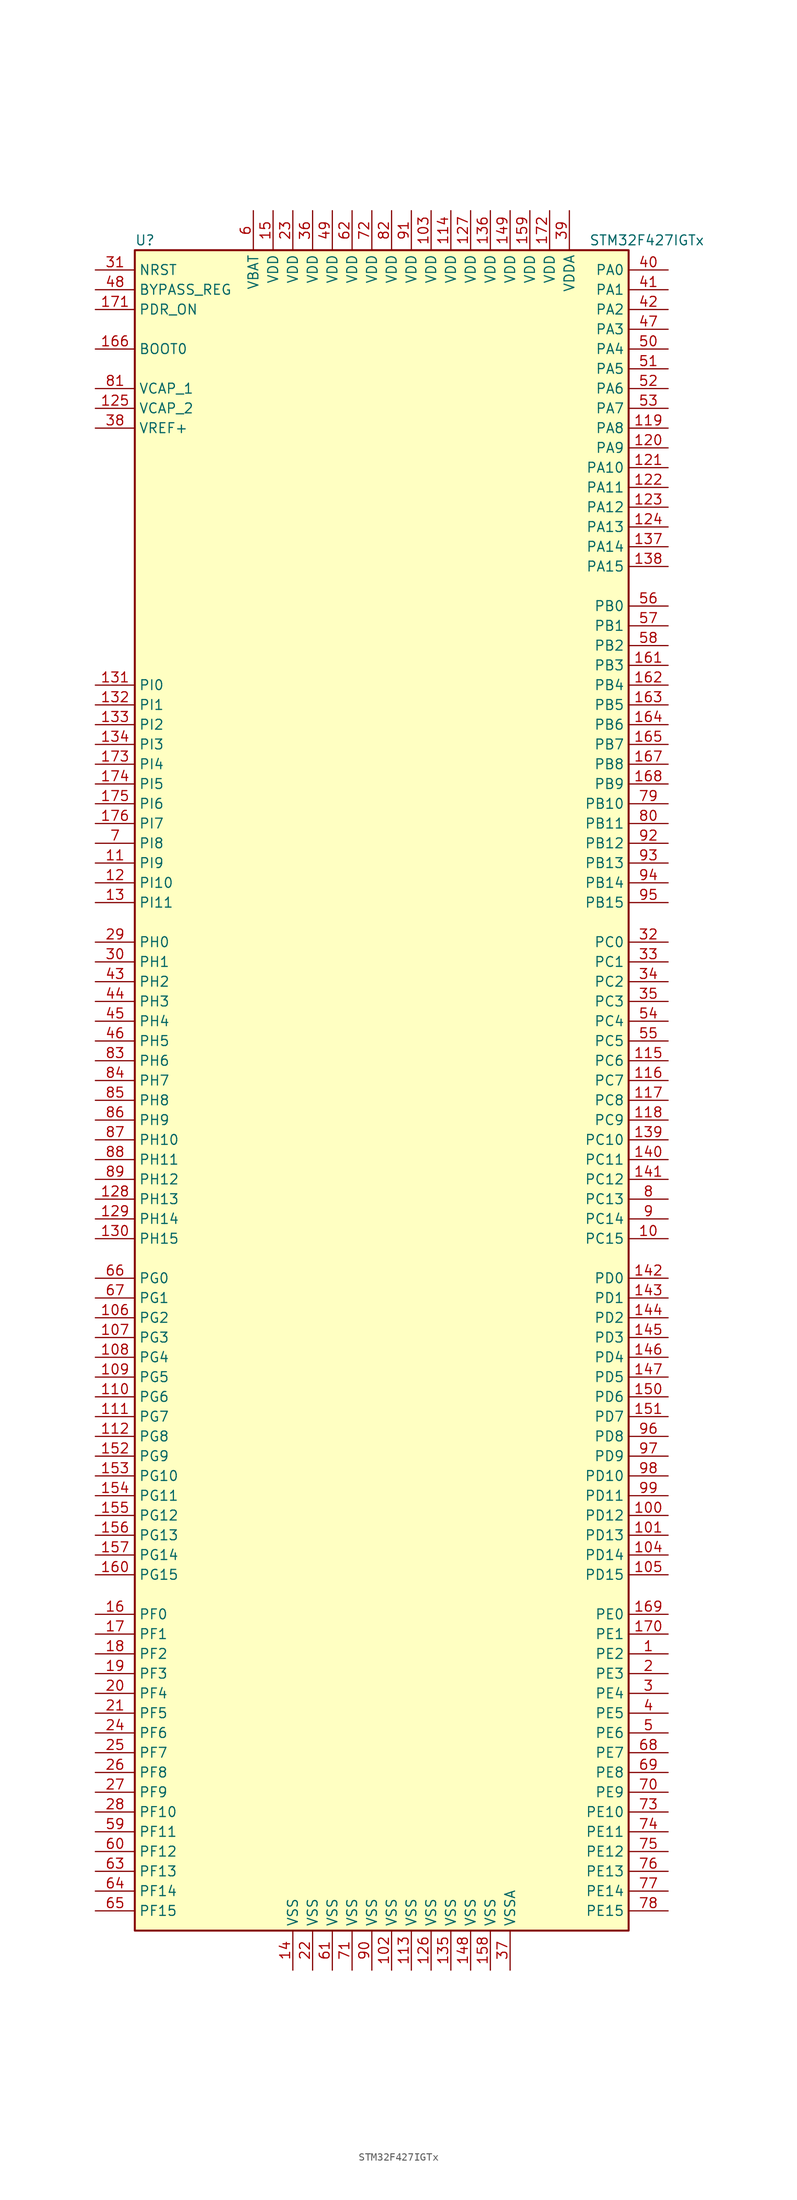
<source format=kicad_sym>
(kicad_symbol_lib
  (version 20201005)
  (generator kicad_symbol_editor)
  (symbol "MCU_ST_STM32F4:STM32F427IGTx"
    (property "Reference" "U"
      (at -33.02 107.95 0)
      (effects (font (size 1.27 1.27)) (justify left)))
    (property "Value" "STM32F427IGTx"
      (at 25.4 107.95 0)
      (effects (font (size 1.27 1.27)) (justify left)))
    (symbol "STM32F427IGTx_0_1"
      (rectangle (start -33.02 -109.22) (end 30.48 106.68) (stroke (width 0.254)) (fill (type background))))
    (symbol "STM32F427IGTx_1_1"
      (pin input line (at -38.1 93.98 0) (length 5.08) (name "BOOT0" (effects (font (size 1.27 1.27)))) (number "166" (effects (font (size 1.27 1.27)))))
      (pin input line (at -38.1 101.6 0) (length 5.08) (name "BYPASS_REG" (effects (font (size 1.27 1.27)))) (number "48" (effects (font (size 1.27 1.27)))))
      (pin input line (at -38.1 104.14 0) (length 5.08) (name "NRST" (effects (font (size 1.27 1.27)))) (number "31" (effects (font (size 1.27 1.27)))))
      (pin bidirectional line (at 35.56 104.14 180) (length 5.08) (name "PA0" (effects (font (size 1.27 1.27)))) (number "40" (effects (font (size 1.27 1.27)))))
      (pin bidirectional line (at 35.56 101.6 180) (length 5.08) (name "PA1" (effects (font (size 1.27 1.27)))) (number "41" (effects (font (size 1.27 1.27)))))
      (pin bidirectional line (at 35.56 78.74 180) (length 5.08) (name "PA10" (effects (font (size 1.27 1.27)))) (number "121" (effects (font (size 1.27 1.27)))))
      (pin bidirectional line (at 35.56 76.2 180) (length 5.08) (name "PA11" (effects (font (size 1.27 1.27)))) (number "122" (effects (font (size 1.27 1.27)))))
      (pin bidirectional line (at 35.56 73.66 180) (length 5.08) (name "PA12" (effects (font (size 1.27 1.27)))) (number "123" (effects (font (size 1.27 1.27)))))
      (pin bidirectional line (at 35.56 71.12 180) (length 5.08) (name "PA13" (effects (font (size 1.27 1.27)))) (number "124" (effects (font (size 1.27 1.27)))))
      (pin bidirectional line (at 35.56 68.58 180) (length 5.08) (name "PA14" (effects (font (size 1.27 1.27)))) (number "137" (effects (font (size 1.27 1.27)))))
      (pin bidirectional line (at 35.56 66.04 180) (length 5.08) (name "PA15" (effects (font (size 1.27 1.27)))) (number "138" (effects (font (size 1.27 1.27)))))
      (pin bidirectional line (at 35.56 99.06 180) (length 5.08) (name "PA2" (effects (font (size 1.27 1.27)))) (number "42" (effects (font (size 1.27 1.27)))))
      (pin bidirectional line (at 35.56 96.52 180) (length 5.08) (name "PA3" (effects (font (size 1.27 1.27)))) (number "47" (effects (font (size 1.27 1.27)))))
      (pin bidirectional line (at 35.56 93.98 180) (length 5.08) (name "PA4" (effects (font (size 1.27 1.27)))) (number "50" (effects (font (size 1.27 1.27)))))
      (pin bidirectional line (at 35.56 91.44 180) (length 5.08) (name "PA5" (effects (font (size 1.27 1.27)))) (number "51" (effects (font (size 1.27 1.27)))))
      (pin bidirectional line (at 35.56 88.9 180) (length 5.08) (name "PA6" (effects (font (size 1.27 1.27)))) (number "52" (effects (font (size 1.27 1.27)))))
      (pin bidirectional line (at 35.56 86.36 180) (length 5.08) (name "PA7" (effects (font (size 1.27 1.27)))) (number "53" (effects (font (size 1.27 1.27)))))
      (pin bidirectional line (at 35.56 83.82 180) (length 5.08) (name "PA8" (effects (font (size 1.27 1.27)))) (number "119" (effects (font (size 1.27 1.27)))))
      (pin bidirectional line (at 35.56 81.28 180) (length 5.08) (name "PA9" (effects (font (size 1.27 1.27)))) (number "120" (effects (font (size 1.27 1.27)))))
      (pin bidirectional line (at 35.56 60.96 180) (length 5.08) (name "PB0" (effects (font (size 1.27 1.27)))) (number "56" (effects (font (size 1.27 1.27)))))
      (pin bidirectional line (at 35.56 58.42 180) (length 5.08) (name "PB1" (effects (font (size 1.27 1.27)))) (number "57" (effects (font (size 1.27 1.27)))))
      (pin bidirectional line (at 35.56 35.56 180) (length 5.08) (name "PB10" (effects (font (size 1.27 1.27)))) (number "79" (effects (font (size 1.27 1.27)))))
      (pin bidirectional line (at 35.56 33.02 180) (length 5.08) (name "PB11" (effects (font (size 1.27 1.27)))) (number "80" (effects (font (size 1.27 1.27)))))
      (pin bidirectional line (at 35.56 30.48 180) (length 5.08) (name "PB12" (effects (font (size 1.27 1.27)))) (number "92" (effects (font (size 1.27 1.27)))))
      (pin bidirectional line (at 35.56 27.94 180) (length 5.08) (name "PB13" (effects (font (size 1.27 1.27)))) (number "93" (effects (font (size 1.27 1.27)))))
      (pin bidirectional line (at 35.56 25.4 180) (length 5.08) (name "PB14" (effects (font (size 1.27 1.27)))) (number "94" (effects (font (size 1.27 1.27)))))
      (pin bidirectional line (at 35.56 22.86 180) (length 5.08) (name "PB15" (effects (font (size 1.27 1.27)))) (number "95" (effects (font (size 1.27 1.27)))))
      (pin bidirectional line (at 35.56 55.88 180) (length 5.08) (name "PB2" (effects (font (size 1.27 1.27)))) (number "58" (effects (font (size 1.27 1.27)))))
      (pin bidirectional line (at 35.56 53.34 180) (length 5.08) (name "PB3" (effects (font (size 1.27 1.27)))) (number "161" (effects (font (size 1.27 1.27)))))
      (pin bidirectional line (at 35.56 50.8 180) (length 5.08) (name "PB4" (effects (font (size 1.27 1.27)))) (number "162" (effects (font (size 1.27 1.27)))))
      (pin bidirectional line (at 35.56 48.26 180) (length 5.08) (name "PB5" (effects (font (size 1.27 1.27)))) (number "163" (effects (font (size 1.27 1.27)))))
      (pin bidirectional line (at 35.56 45.72 180) (length 5.08) (name "PB6" (effects (font (size 1.27 1.27)))) (number "164" (effects (font (size 1.27 1.27)))))
      (pin bidirectional line (at 35.56 43.18 180) (length 5.08) (name "PB7" (effects (font (size 1.27 1.27)))) (number "165" (effects (font (size 1.27 1.27)))))
      (pin bidirectional line (at 35.56 40.64 180) (length 5.08) (name "PB8" (effects (font (size 1.27 1.27)))) (number "167" (effects (font (size 1.27 1.27)))))
      (pin bidirectional line (at 35.56 38.1 180) (length 5.08) (name "PB9" (effects (font (size 1.27 1.27)))) (number "168" (effects (font (size 1.27 1.27)))))
      (pin bidirectional line (at 35.56 17.78 180) (length 5.08) (name "PC0" (effects (font (size 1.27 1.27)))) (number "32" (effects (font (size 1.27 1.27)))))
      (pin bidirectional line (at 35.56 15.24 180) (length 5.08) (name "PC1" (effects (font (size 1.27 1.27)))) (number "33" (effects (font (size 1.27 1.27)))))
      (pin bidirectional line (at 35.56 -7.62 180) (length 5.08) (name "PC10" (effects (font (size 1.27 1.27)))) (number "139" (effects (font (size 1.27 1.27)))))
      (pin bidirectional line (at 35.56 -10.16 180) (length 5.08) (name "PC11" (effects (font (size 1.27 1.27)))) (number "140" (effects (font (size 1.27 1.27)))))
      (pin bidirectional line (at 35.56 -12.7 180) (length 5.08) (name "PC12" (effects (font (size 1.27 1.27)))) (number "141" (effects (font (size 1.27 1.27)))))
      (pin bidirectional line (at 35.56 -15.24 180) (length 5.08) (name "PC13" (effects (font (size 1.27 1.27)))) (number "8" (effects (font (size 1.27 1.27)))))
      (pin bidirectional line (at 35.56 -17.78 180) (length 5.08) (name "PC14" (effects (font (size 1.27 1.27)))) (number "9" (effects (font (size 1.27 1.27)))))
      (pin bidirectional line (at 35.56 -20.32 180) (length 5.08) (name "PC15" (effects (font (size 1.27 1.27)))) (number "10" (effects (font (size 1.27 1.27)))))
      (pin bidirectional line (at 35.56 12.7 180) (length 5.08) (name "PC2" (effects (font (size 1.27 1.27)))) (number "34" (effects (font (size 1.27 1.27)))))
      (pin bidirectional line (at 35.56 10.16 180) (length 5.08) (name "PC3" (effects (font (size 1.27 1.27)))) (number "35" (effects (font (size 1.27 1.27)))))
      (pin bidirectional line (at 35.56 7.62 180) (length 5.08) (name "PC4" (effects (font (size 1.27 1.27)))) (number "54" (effects (font (size 1.27 1.27)))))
      (pin bidirectional line (at 35.56 5.08 180) (length 5.08) (name "PC5" (effects (font (size 1.27 1.27)))) (number "55" (effects (font (size 1.27 1.27)))))
      (pin bidirectional line (at 35.56 2.54 180) (length 5.08) (name "PC6" (effects (font (size 1.27 1.27)))) (number "115" (effects (font (size 1.27 1.27)))))
      (pin bidirectional line (at 35.56 0 180) (length 5.08) (name "PC7" (effects (font (size 1.27 1.27)))) (number "116" (effects (font (size 1.27 1.27)))))
      (pin bidirectional line (at 35.56 -2.54 180) (length 5.08) (name "PC8" (effects (font (size 1.27 1.27)))) (number "117" (effects (font (size 1.27 1.27)))))
      (pin bidirectional line (at 35.56 -5.08 180) (length 5.08) (name "PC9" (effects (font (size 1.27 1.27)))) (number "118" (effects (font (size 1.27 1.27)))))
      (pin bidirectional line (at 35.56 -25.4 180) (length 5.08) (name "PD0" (effects (font (size 1.27 1.27)))) (number "142" (effects (font (size 1.27 1.27)))))
      (pin bidirectional line (at 35.56 -27.94 180) (length 5.08) (name "PD1" (effects (font (size 1.27 1.27)))) (number "143" (effects (font (size 1.27 1.27)))))
      (pin bidirectional line (at 35.56 -50.8 180) (length 5.08) (name "PD10" (effects (font (size 1.27 1.27)))) (number "98" (effects (font (size 1.27 1.27)))))
      (pin bidirectional line (at 35.56 -53.34 180) (length 5.08) (name "PD11" (effects (font (size 1.27 1.27)))) (number "99" (effects (font (size 1.27 1.27)))))
      (pin bidirectional line (at 35.56 -55.88 180) (length 5.08) (name "PD12" (effects (font (size 1.27 1.27)))) (number "100" (effects (font (size 1.27 1.27)))))
      (pin bidirectional line (at 35.56 -58.42 180) (length 5.08) (name "PD13" (effects (font (size 1.27 1.27)))) (number "101" (effects (font (size 1.27 1.27)))))
      (pin bidirectional line (at 35.56 -60.96 180) (length 5.08) (name "PD14" (effects (font (size 1.27 1.27)))) (number "104" (effects (font (size 1.27 1.27)))))
      (pin bidirectional line (at 35.56 -63.5 180) (length 5.08) (name "PD15" (effects (font (size 1.27 1.27)))) (number "105" (effects (font (size 1.27 1.27)))))
      (pin bidirectional line (at 35.56 -30.48 180) (length 5.08) (name "PD2" (effects (font (size 1.27 1.27)))) (number "144" (effects (font (size 1.27 1.27)))))
      (pin bidirectional line (at 35.56 -33.02 180) (length 5.08) (name "PD3" (effects (font (size 1.27 1.27)))) (number "145" (effects (font (size 1.27 1.27)))))
      (pin bidirectional line (at 35.56 -35.56 180) (length 5.08) (name "PD4" (effects (font (size 1.27 1.27)))) (number "146" (effects (font (size 1.27 1.27)))))
      (pin bidirectional line (at 35.56 -38.1 180) (length 5.08) (name "PD5" (effects (font (size 1.27 1.27)))) (number "147" (effects (font (size 1.27 1.27)))))
      (pin bidirectional line (at 35.56 -40.64 180) (length 5.08) (name "PD6" (effects (font (size 1.27 1.27)))) (number "150" (effects (font (size 1.27 1.27)))))
      (pin bidirectional line (at 35.56 -43.18 180) (length 5.08) (name "PD7" (effects (font (size 1.27 1.27)))) (number "151" (effects (font (size 1.27 1.27)))))
      (pin bidirectional line (at 35.56 -45.72 180) (length 5.08) (name "PD8" (effects (font (size 1.27 1.27)))) (number "96" (effects (font (size 1.27 1.27)))))
      (pin bidirectional line (at 35.56 -48.26 180) (length 5.08) (name "PD9" (effects (font (size 1.27 1.27)))) (number "97" (effects (font (size 1.27 1.27)))))
      (pin input line (at -38.1 99.06 0) (length 5.08) (name "PDR_ON" (effects (font (size 1.27 1.27)))) (number "171" (effects (font (size 1.27 1.27)))))
      (pin bidirectional line (at 35.56 -68.58 180) (length 5.08) (name "PE0" (effects (font (size 1.27 1.27)))) (number "169" (effects (font (size 1.27 1.27)))))
      (pin bidirectional line (at 35.56 -71.12 180) (length 5.08) (name "PE1" (effects (font (size 1.27 1.27)))) (number "170" (effects (font (size 1.27 1.27)))))
      (pin bidirectional line (at 35.56 -93.98 180) (length 5.08) (name "PE10" (effects (font (size 1.27 1.27)))) (number "73" (effects (font (size 1.27 1.27)))))
      (pin bidirectional line (at 35.56 -96.52 180) (length 5.08) (name "PE11" (effects (font (size 1.27 1.27)))) (number "74" (effects (font (size 1.27 1.27)))))
      (pin bidirectional line (at 35.56 -99.06 180) (length 5.08) (name "PE12" (effects (font (size 1.27 1.27)))) (number "75" (effects (font (size 1.27 1.27)))))
      (pin bidirectional line (at 35.56 -101.6 180) (length 5.08) (name "PE13" (effects (font (size 1.27 1.27)))) (number "76" (effects (font (size 1.27 1.27)))))
      (pin bidirectional line (at 35.56 -104.14 180) (length 5.08) (name "PE14" (effects (font (size 1.27 1.27)))) (number "77" (effects (font (size 1.27 1.27)))))
      (pin bidirectional line (at 35.56 -106.68 180) (length 5.08) (name "PE15" (effects (font (size 1.27 1.27)))) (number "78" (effects (font (size 1.27 1.27)))))
      (pin bidirectional line (at 35.56 -73.66 180) (length 5.08) (name "PE2" (effects (font (size 1.27 1.27)))) (number "1" (effects (font (size 1.27 1.27)))))
      (pin bidirectional line (at 35.56 -76.2 180) (length 5.08) (name "PE3" (effects (font (size 1.27 1.27)))) (number "2" (effects (font (size 1.27 1.27)))))
      (pin bidirectional line (at 35.56 -78.74 180) (length 5.08) (name "PE4" (effects (font (size 1.27 1.27)))) (number "3" (effects (font (size 1.27 1.27)))))
      (pin bidirectional line (at 35.56 -81.28 180) (length 5.08) (name "PE5" (effects (font (size 1.27 1.27)))) (number "4" (effects (font (size 1.27 1.27)))))
      (pin bidirectional line (at 35.56 -83.82 180) (length 5.08) (name "PE6" (effects (font (size 1.27 1.27)))) (number "5" (effects (font (size 1.27 1.27)))))
      (pin bidirectional line (at 35.56 -86.36 180) (length 5.08) (name "PE7" (effects (font (size 1.27 1.27)))) (number "68" (effects (font (size 1.27 1.27)))))
      (pin bidirectional line (at 35.56 -88.9 180) (length 5.08) (name "PE8" (effects (font (size 1.27 1.27)))) (number "69" (effects (font (size 1.27 1.27)))))
      (pin bidirectional line (at 35.56 -91.44 180) (length 5.08) (name "PE9" (effects (font (size 1.27 1.27)))) (number "70" (effects (font (size 1.27 1.27)))))
      (pin bidirectional line (at -38.1 -68.58 0) (length 5.08) (name "PF0" (effects (font (size 1.27 1.27)))) (number "16" (effects (font (size 1.27 1.27)))))
      (pin bidirectional line (at -38.1 -71.12 0) (length 5.08) (name "PF1" (effects (font (size 1.27 1.27)))) (number "17" (effects (font (size 1.27 1.27)))))
      (pin bidirectional line (at -38.1 -93.98 0) (length 5.08) (name "PF10" (effects (font (size 1.27 1.27)))) (number "28" (effects (font (size 1.27 1.27)))))
      (pin bidirectional line (at -38.1 -96.52 0) (length 5.08) (name "PF11" (effects (font (size 1.27 1.27)))) (number "59" (effects (font (size 1.27 1.27)))))
      (pin bidirectional line (at -38.1 -99.06 0) (length 5.08) (name "PF12" (effects (font (size 1.27 1.27)))) (number "60" (effects (font (size 1.27 1.27)))))
      (pin bidirectional line (at -38.1 -101.6 0) (length 5.08) (name "PF13" (effects (font (size 1.27 1.27)))) (number "63" (effects (font (size 1.27 1.27)))))
      (pin bidirectional line (at -38.1 -104.14 0) (length 5.08) (name "PF14" (effects (font (size 1.27 1.27)))) (number "64" (effects (font (size 1.27 1.27)))))
      (pin bidirectional line (at -38.1 -106.68 0) (length 5.08) (name "PF15" (effects (font (size 1.27 1.27)))) (number "65" (effects (font (size 1.27 1.27)))))
      (pin bidirectional line (at -38.1 -73.66 0) (length 5.08) (name "PF2" (effects (font (size 1.27 1.27)))) (number "18" (effects (font (size 1.27 1.27)))))
      (pin bidirectional line (at -38.1 -76.2 0) (length 5.08) (name "PF3" (effects (font (size 1.27 1.27)))) (number "19" (effects (font (size 1.27 1.27)))))
      (pin bidirectional line (at -38.1 -78.74 0) (length 5.08) (name "PF4" (effects (font (size 1.27 1.27)))) (number "20" (effects (font (size 1.27 1.27)))))
      (pin bidirectional line (at -38.1 -81.28 0) (length 5.08) (name "PF5" (effects (font (size 1.27 1.27)))) (number "21" (effects (font (size 1.27 1.27)))))
      (pin bidirectional line (at -38.1 -83.82 0) (length 5.08) (name "PF6" (effects (font (size 1.27 1.27)))) (number "24" (effects (font (size 1.27 1.27)))))
      (pin bidirectional line (at -38.1 -86.36 0) (length 5.08) (name "PF7" (effects (font (size 1.27 1.27)))) (number "25" (effects (font (size 1.27 1.27)))))
      (pin bidirectional line (at -38.1 -88.9 0) (length 5.08) (name "PF8" (effects (font (size 1.27 1.27)))) (number "26" (effects (font (size 1.27 1.27)))))
      (pin bidirectional line (at -38.1 -91.44 0) (length 5.08) (name "PF9" (effects (font (size 1.27 1.27)))) (number "27" (effects (font (size 1.27 1.27)))))
      (pin bidirectional line (at -38.1 -25.4 0) (length 5.08) (name "PG0" (effects (font (size 1.27 1.27)))) (number "66" (effects (font (size 1.27 1.27)))))
      (pin bidirectional line (at -38.1 -27.94 0) (length 5.08) (name "PG1" (effects (font (size 1.27 1.27)))) (number "67" (effects (font (size 1.27 1.27)))))
      (pin bidirectional line (at -38.1 -50.8 0) (length 5.08) (name "PG10" (effects (font (size 1.27 1.27)))) (number "153" (effects (font (size 1.27 1.27)))))
      (pin bidirectional line (at -38.1 -53.34 0) (length 5.08) (name "PG11" (effects (font (size 1.27 1.27)))) (number "154" (effects (font (size 1.27 1.27)))))
      (pin bidirectional line (at -38.1 -55.88 0) (length 5.08) (name "PG12" (effects (font (size 1.27 1.27)))) (number "155" (effects (font (size 1.27 1.27)))))
      (pin bidirectional line (at -38.1 -58.42 0) (length 5.08) (name "PG13" (effects (font (size 1.27 1.27)))) (number "156" (effects (font (size 1.27 1.27)))))
      (pin bidirectional line (at -38.1 -60.96 0) (length 5.08) (name "PG14" (effects (font (size 1.27 1.27)))) (number "157" (effects (font (size 1.27 1.27)))))
      (pin bidirectional line (at -38.1 -63.5 0) (length 5.08) (name "PG15" (effects (font (size 1.27 1.27)))) (number "160" (effects (font (size 1.27 1.27)))))
      (pin bidirectional line (at -38.1 -30.48 0) (length 5.08) (name "PG2" (effects (font (size 1.27 1.27)))) (number "106" (effects (font (size 1.27 1.27)))))
      (pin bidirectional line (at -38.1 -33.02 0) (length 5.08) (name "PG3" (effects (font (size 1.27 1.27)))) (number "107" (effects (font (size 1.27 1.27)))))
      (pin bidirectional line (at -38.1 -35.56 0) (length 5.08) (name "PG4" (effects (font (size 1.27 1.27)))) (number "108" (effects (font (size 1.27 1.27)))))
      (pin bidirectional line (at -38.1 -38.1 0) (length 5.08) (name "PG5" (effects (font (size 1.27 1.27)))) (number "109" (effects (font (size 1.27 1.27)))))
      (pin bidirectional line (at -38.1 -40.64 0) (length 5.08) (name "PG6" (effects (font (size 1.27 1.27)))) (number "110" (effects (font (size 1.27 1.27)))))
      (pin bidirectional line (at -38.1 -43.18 0) (length 5.08) (name "PG7" (effects (font (size 1.27 1.27)))) (number "111" (effects (font (size 1.27 1.27)))))
      (pin bidirectional line (at -38.1 -45.72 0) (length 5.08) (name "PG8" (effects (font (size 1.27 1.27)))) (number "112" (effects (font (size 1.27 1.27)))))
      (pin bidirectional line (at -38.1 -48.26 0) (length 5.08) (name "PG9" (effects (font (size 1.27 1.27)))) (number "152" (effects (font (size 1.27 1.27)))))
      (pin input line (at -38.1 17.78 0) (length 5.08) (name "PH0" (effects (font (size 1.27 1.27)))) (number "29" (effects (font (size 1.27 1.27)))))
      (pin input line (at -38.1 15.24 0) (length 5.08) (name "PH1" (effects (font (size 1.27 1.27)))) (number "30" (effects (font (size 1.27 1.27)))))
      (pin bidirectional line (at -38.1 -7.62 0) (length 5.08) (name "PH10" (effects (font (size 1.27 1.27)))) (number "87" (effects (font (size 1.27 1.27)))))
      (pin bidirectional line (at -38.1 -10.16 0) (length 5.08) (name "PH11" (effects (font (size 1.27 1.27)))) (number "88" (effects (font (size 1.27 1.27)))))
      (pin bidirectional line (at -38.1 -12.7 0) (length 5.08) (name "PH12" (effects (font (size 1.27 1.27)))) (number "89" (effects (font (size 1.27 1.27)))))
      (pin bidirectional line (at -38.1 -15.24 0) (length 5.08) (name "PH13" (effects (font (size 1.27 1.27)))) (number "128" (effects (font (size 1.27 1.27)))))
      (pin bidirectional line (at -38.1 -17.78 0) (length 5.08) (name "PH14" (effects (font (size 1.27 1.27)))) (number "129" (effects (font (size 1.27 1.27)))))
      (pin bidirectional line (at -38.1 -20.32 0) (length 5.08) (name "PH15" (effects (font (size 1.27 1.27)))) (number "130" (effects (font (size 1.27 1.27)))))
      (pin bidirectional line (at -38.1 12.7 0) (length 5.08) (name "PH2" (effects (font (size 1.27 1.27)))) (number "43" (effects (font (size 1.27 1.27)))))
      (pin bidirectional line (at -38.1 10.16 0) (length 5.08) (name "PH3" (effects (font (size 1.27 1.27)))) (number "44" (effects (font (size 1.27 1.27)))))
      (pin bidirectional line (at -38.1 7.62 0) (length 5.08) (name "PH4" (effects (font (size 1.27 1.27)))) (number "45" (effects (font (size 1.27 1.27)))))
      (pin bidirectional line (at -38.1 5.08 0) (length 5.08) (name "PH5" (effects (font (size 1.27 1.27)))) (number "46" (effects (font (size 1.27 1.27)))))
      (pin bidirectional line (at -38.1 2.54 0) (length 5.08) (name "PH6" (effects (font (size 1.27 1.27)))) (number "83" (effects (font (size 1.27 1.27)))))
      (pin bidirectional line (at -38.1 0 0) (length 5.08) (name "PH7" (effects (font (size 1.27 1.27)))) (number "84" (effects (font (size 1.27 1.27)))))
      (pin bidirectional line (at -38.1 -2.54 0) (length 5.08) (name "PH8" (effects (font (size 1.27 1.27)))) (number "85" (effects (font (size 1.27 1.27)))))
      (pin bidirectional line (at -38.1 -5.08 0) (length 5.08) (name "PH9" (effects (font (size 1.27 1.27)))) (number "86" (effects (font (size 1.27 1.27)))))
      (pin bidirectional line (at -38.1 50.8 0) (length 5.08) (name "PI0" (effects (font (size 1.27 1.27)))) (number "131" (effects (font (size 1.27 1.27)))))
      (pin bidirectional line (at -38.1 48.26 0) (length 5.08) (name "PI1" (effects (font (size 1.27 1.27)))) (number "132" (effects (font (size 1.27 1.27)))))
      (pin bidirectional line (at -38.1 25.4 0) (length 5.08) (name "PI10" (effects (font (size 1.27 1.27)))) (number "12" (effects (font (size 1.27 1.27)))))
      (pin bidirectional line (at -38.1 22.86 0) (length 5.08) (name "PI11" (effects (font (size 1.27 1.27)))) (number "13" (effects (font (size 1.27 1.27)))))
      (pin bidirectional line (at -38.1 45.72 0) (length 5.08) (name "PI2" (effects (font (size 1.27 1.27)))) (number "133" (effects (font (size 1.27 1.27)))))
      (pin bidirectional line (at -38.1 43.18 0) (length 5.08) (name "PI3" (effects (font (size 1.27 1.27)))) (number "134" (effects (font (size 1.27 1.27)))))
      (pin bidirectional line (at -38.1 40.64 0) (length 5.08) (name "PI4" (effects (font (size 1.27 1.27)))) (number "173" (effects (font (size 1.27 1.27)))))
      (pin bidirectional line (at -38.1 38.1 0) (length 5.08) (name "PI5" (effects (font (size 1.27 1.27)))) (number "174" (effects (font (size 1.27 1.27)))))
      (pin bidirectional line (at -38.1 35.56 0) (length 5.08) (name "PI6" (effects (font (size 1.27 1.27)))) (number "175" (effects (font (size 1.27 1.27)))))
      (pin bidirectional line (at -38.1 33.02 0) (length 5.08) (name "PI7" (effects (font (size 1.27 1.27)))) (number "176" (effects (font (size 1.27 1.27)))))
      (pin bidirectional line (at -38.1 30.48 0) (length 5.08) (name "PI8" (effects (font (size 1.27 1.27)))) (number "7" (effects (font (size 1.27 1.27)))))
      (pin bidirectional line (at -38.1 27.94 0) (length 5.08) (name "PI9" (effects (font (size 1.27 1.27)))) (number "11" (effects (font (size 1.27 1.27)))))
      (pin power_in line (at -17.78 111.76 270) (length 5.08) (name "VBAT" (effects (font (size 1.27 1.27)))) (number "6" (effects (font (size 1.27 1.27)))))
      (pin power_in line (at -38.1 88.9 0) (length 5.08) (name "VCAP_1" (effects (font (size 1.27 1.27)))) (number "81" (effects (font (size 1.27 1.27)))))
      (pin power_in line (at -38.1 86.36 0) (length 5.08) (name "VCAP_2" (effects (font (size 1.27 1.27)))) (number "125" (effects (font (size 1.27 1.27)))))
      (pin power_in line (at 5.08 111.76 270) (length 5.08) (name "VDD" (effects (font (size 1.27 1.27)))) (number "103" (effects (font (size 1.27 1.27)))))
      (pin power_in line (at 7.62 111.76 270) (length 5.08) (name "VDD" (effects (font (size 1.27 1.27)))) (number "114" (effects (font (size 1.27 1.27)))))
      (pin power_in line (at 10.16 111.76 270) (length 5.08) (name "VDD" (effects (font (size 1.27 1.27)))) (number "127" (effects (font (size 1.27 1.27)))))
      (pin power_in line (at 12.7 111.76 270) (length 5.08) (name "VDD" (effects (font (size 1.27 1.27)))) (number "136" (effects (font (size 1.27 1.27)))))
      (pin power_in line (at 15.24 111.76 270) (length 5.08) (name "VDD" (effects (font (size 1.27 1.27)))) (number "149" (effects (font (size 1.27 1.27)))))
      (pin power_in line (at -15.24 111.76 270) (length 5.08) (name "VDD" (effects (font (size 1.27 1.27)))) (number "15" (effects (font (size 1.27 1.27)))))
      (pin power_in line (at 17.78 111.76 270) (length 5.08) (name "VDD" (effects (font (size 1.27 1.27)))) (number "159" (effects (font (size 1.27 1.27)))))
      (pin power_in line (at 20.32 111.76 270) (length 5.08) (name "VDD" (effects (font (size 1.27 1.27)))) (number "172" (effects (font (size 1.27 1.27)))))
      (pin power_in line (at -12.7 111.76 270) (length 5.08) (name "VDD" (effects (font (size 1.27 1.27)))) (number "23" (effects (font (size 1.27 1.27)))))
      (pin power_in line (at -10.16 111.76 270) (length 5.08) (name "VDD" (effects (font (size 1.27 1.27)))) (number "36" (effects (font (size 1.27 1.27)))))
      (pin power_in line (at -7.62 111.76 270) (length 5.08) (name "VDD" (effects (font (size 1.27 1.27)))) (number "49" (effects (font (size 1.27 1.27)))))
      (pin power_in line (at -5.08 111.76 270) (length 5.08) (name "VDD" (effects (font (size 1.27 1.27)))) (number "62" (effects (font (size 1.27 1.27)))))
      (pin power_in line (at -2.54 111.76 270) (length 5.08) (name "VDD" (effects (font (size 1.27 1.27)))) (number "72" (effects (font (size 1.27 1.27)))))
      (pin power_in line (at 0 111.76 270) (length 5.08) (name "VDD" (effects (font (size 1.27 1.27)))) (number "82" (effects (font (size 1.27 1.27)))))
      (pin power_in line (at 2.54 111.76 270) (length 5.08) (name "VDD" (effects (font (size 1.27 1.27)))) (number "91" (effects (font (size 1.27 1.27)))))
      (pin power_in line (at 22.86 111.76 270) (length 5.08) (name "VDDA" (effects (font (size 1.27 1.27)))) (number "39" (effects (font (size 1.27 1.27)))))
      (pin power_in line (at -38.1 83.82 0) (length 5.08) (name "VREF+" (effects (font (size 1.27 1.27)))) (number "38" (effects (font (size 1.27 1.27)))))
      (pin power_in line (at 0 -114.3 90) (length 5.08) (name "VSS" (effects (font (size 1.27 1.27)))) (number "102" (effects (font (size 1.27 1.27)))))
      (pin power_in line (at 2.54 -114.3 90) (length 5.08) (name "VSS" (effects (font (size 1.27 1.27)))) (number "113" (effects (font (size 1.27 1.27)))))
      (pin power_in line (at 5.08 -114.3 90) (length 5.08) (name "VSS" (effects (font (size 1.27 1.27)))) (number "126" (effects (font (size 1.27 1.27)))))
      (pin power_in line (at 7.62 -114.3 90) (length 5.08) (name "VSS" (effects (font (size 1.27 1.27)))) (number "135" (effects (font (size 1.27 1.27)))))
      (pin power_in line (at -12.7 -114.3 90) (length 5.08) (name "VSS" (effects (font (size 1.27 1.27)))) (number "14" (effects (font (size 1.27 1.27)))))
      (pin power_in line (at 10.16 -114.3 90) (length 5.08) (name "VSS" (effects (font (size 1.27 1.27)))) (number "148" (effects (font (size 1.27 1.27)))))
      (pin power_in line (at 12.7 -114.3 90) (length 5.08) (name "VSS" (effects (font (size 1.27 1.27)))) (number "158" (effects (font (size 1.27 1.27)))))
      (pin power_in line (at -10.16 -114.3 90) (length 5.08) (name "VSS" (effects (font (size 1.27 1.27)))) (number "22" (effects (font (size 1.27 1.27)))))
      (pin power_in line (at -7.62 -114.3 90) (length 5.08) (name "VSS" (effects (font (size 1.27 1.27)))) (number "61" (effects (font (size 1.27 1.27)))))
      (pin power_in line (at -5.08 -114.3 90) (length 5.08) (name "VSS" (effects (font (size 1.27 1.27)))) (number "71" (effects (font (size 1.27 1.27)))))
      (pin power_in line (at -2.54 -114.3 90) (length 5.08) (name "VSS" (effects (font (size 1.27 1.27)))) (number "90" (effects (font (size 1.27 1.27)))))
      (pin power_in line (at 15.24 -114.3 90) (length 5.08) (name "VSSA" (effects (font (size 1.27 1.27)))) (number "37" (effects (font (size 1.27 1.27))))))))
</source>
